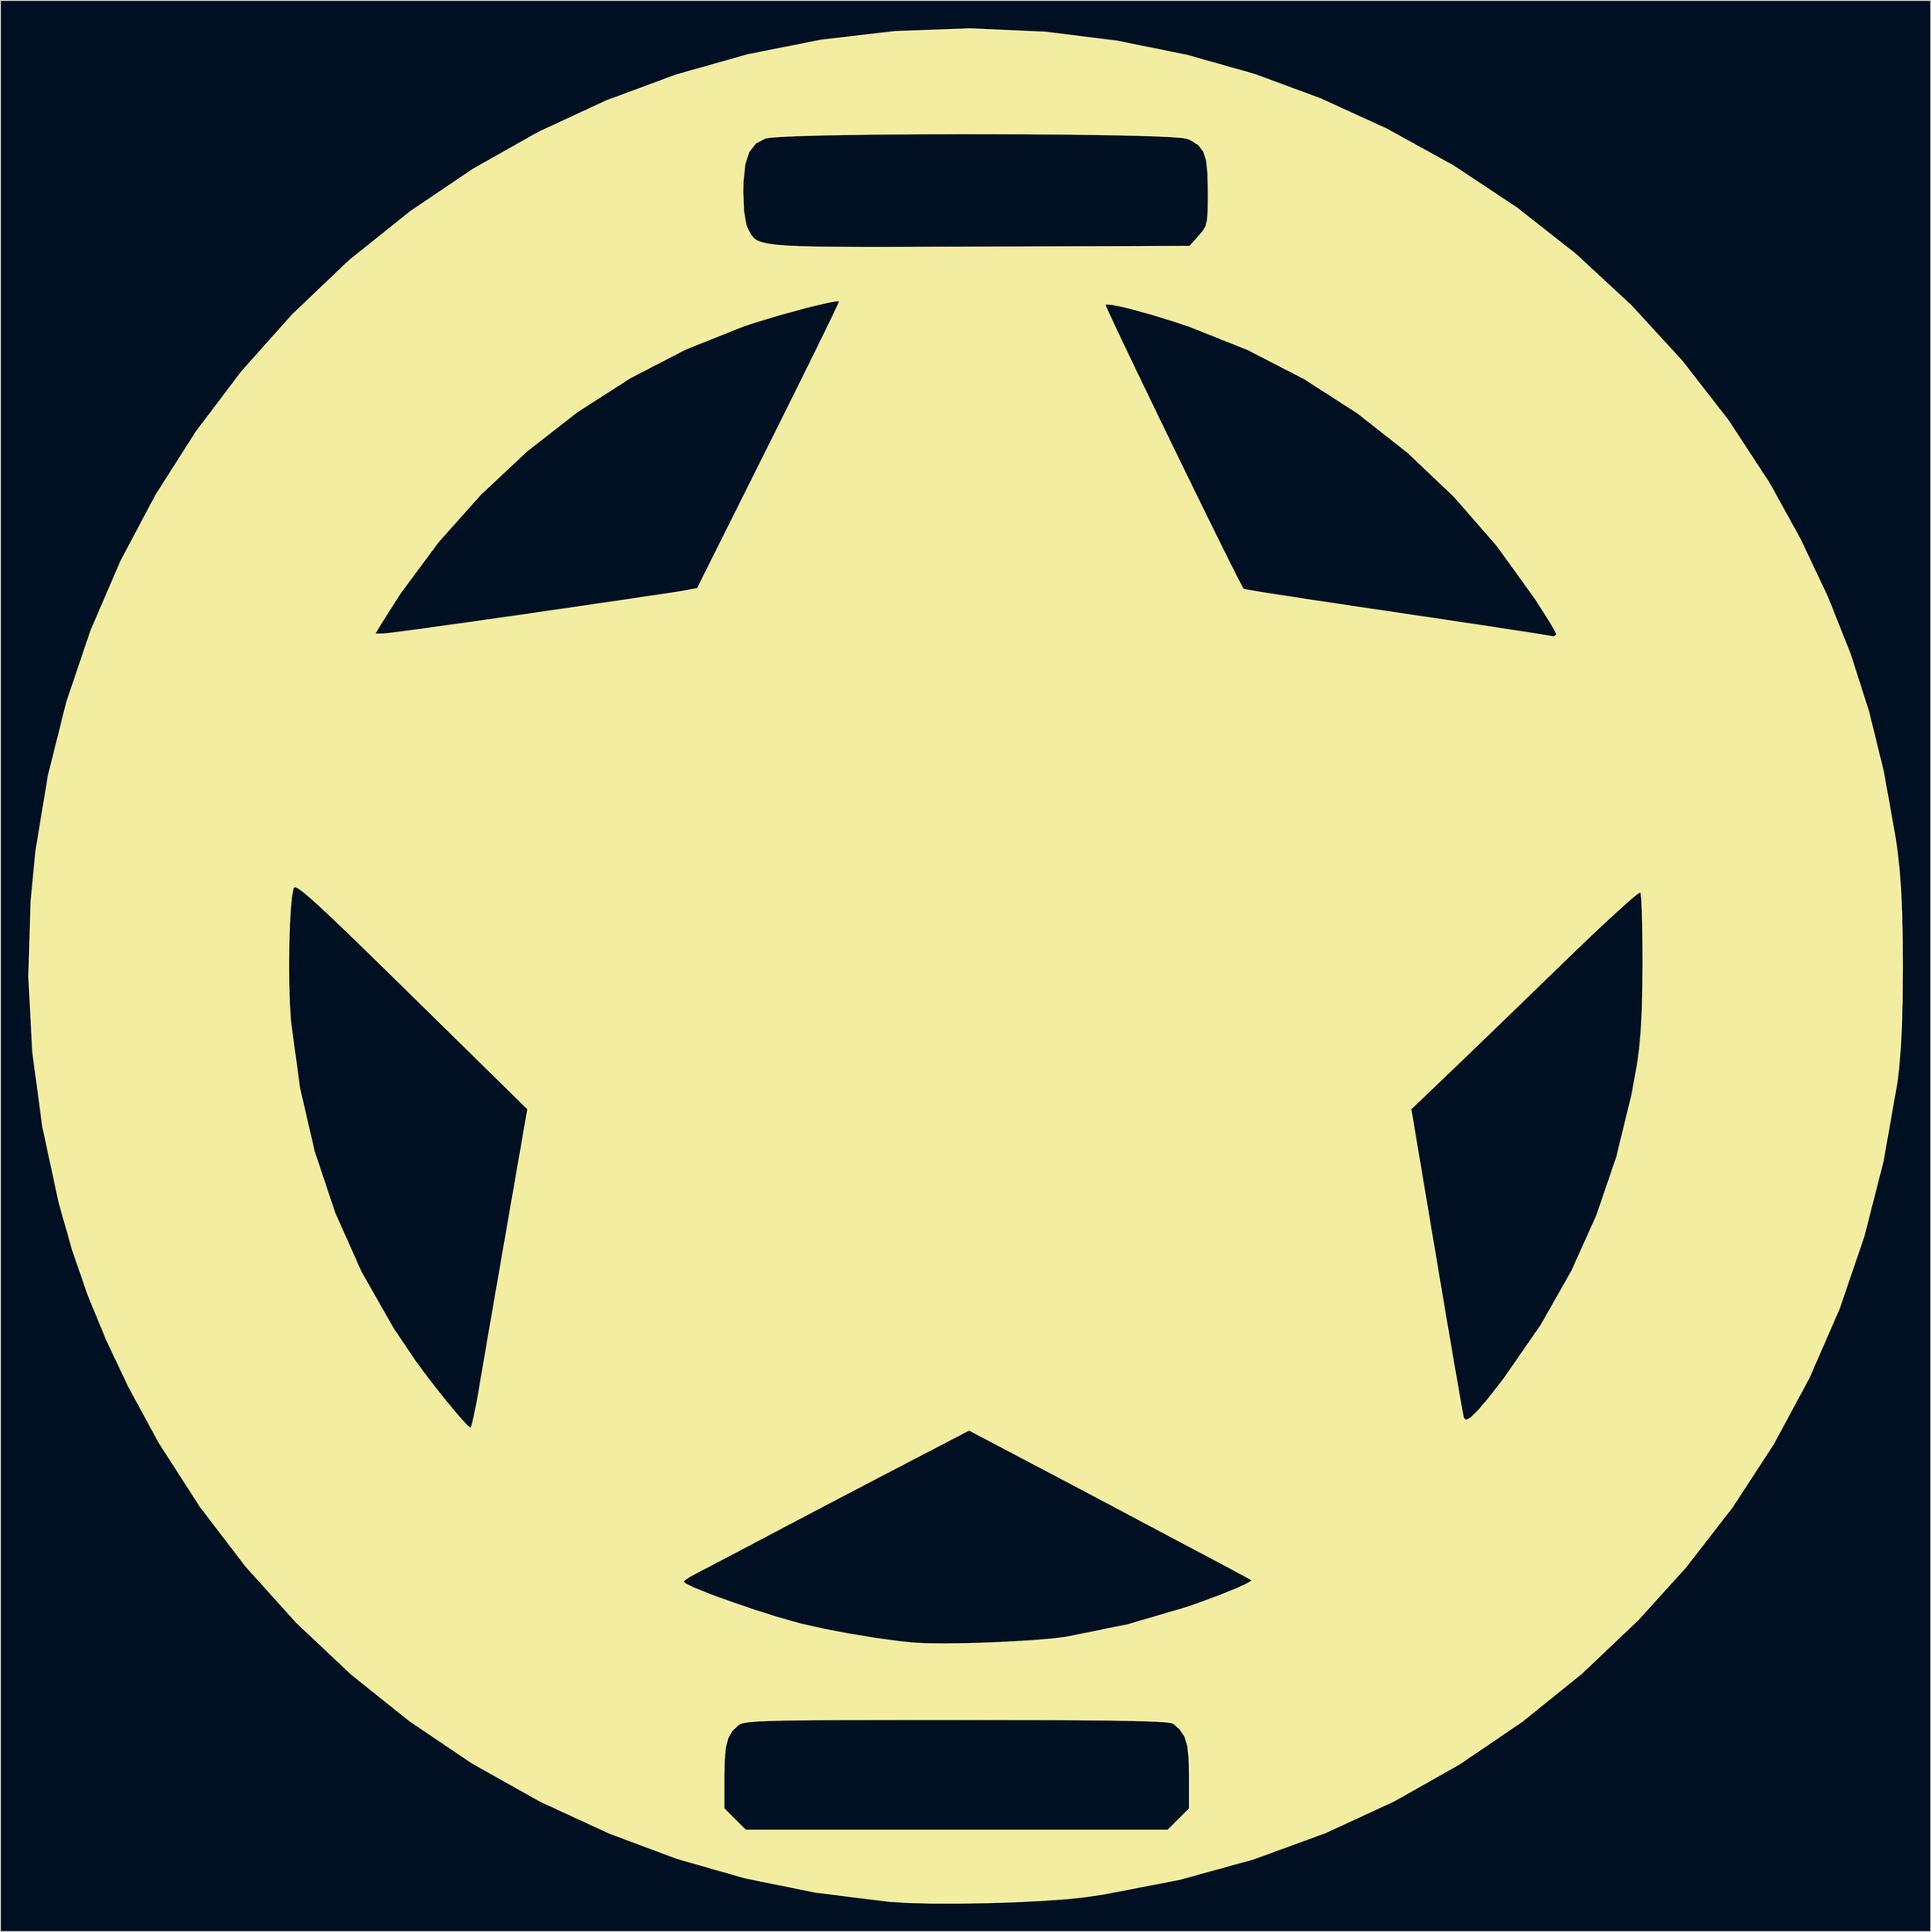
<source format=kicad_pcb>
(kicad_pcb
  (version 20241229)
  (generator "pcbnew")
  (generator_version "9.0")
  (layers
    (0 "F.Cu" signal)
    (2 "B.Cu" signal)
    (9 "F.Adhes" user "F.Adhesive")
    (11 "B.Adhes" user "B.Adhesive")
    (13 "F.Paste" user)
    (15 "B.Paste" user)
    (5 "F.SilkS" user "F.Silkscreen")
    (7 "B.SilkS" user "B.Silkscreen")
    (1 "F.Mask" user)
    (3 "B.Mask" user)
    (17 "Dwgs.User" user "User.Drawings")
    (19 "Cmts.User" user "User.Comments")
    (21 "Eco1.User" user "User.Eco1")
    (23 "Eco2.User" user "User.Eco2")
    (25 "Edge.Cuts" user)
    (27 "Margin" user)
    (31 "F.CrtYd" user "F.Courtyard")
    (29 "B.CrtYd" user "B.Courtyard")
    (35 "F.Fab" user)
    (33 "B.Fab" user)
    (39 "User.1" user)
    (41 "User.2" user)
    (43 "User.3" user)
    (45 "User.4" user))
  (footprint "PCB_Shape_01_75dpi"
    (layer "F.Cu")
    (at 101.185 101.199)
    (property "Reference" "PCB_Shape_01_75dpi" (at 0 0 0) (layer "F.SilkS") (effects (font (size 1.524 1.524) (thickness 0.3))))
    (attr through_hole)
    (fp_poly (pts (xy 8.546 -100.831) (xy 16.256 -99.869) (xy 23.829 -98.34) (xy 31.118 -96.278) (xy 38.259 -93.639) (xy 45.381 -90.382) (xy 52.592 -86.403) (xy 59.413 -81.883) (xy 65.817 -76.849) (xy 71.776 -71.328) (xy 77.264 -65.347) (xy 82.253 -58.933) (xy 86.716 -52.113) (xy 90.011 -46.144) (xy 92.977 -39.875) (xy 95.431 -33.706) (xy 97.425 -27.467) (xy 99.012 -20.991) (xy 100.244 -14.108) (xy 100.471 -12.531) (xy 100.705 -10.527) (xy 100.874 -8.3) (xy 100.986 -5.729) (xy 101.044 -2.693) (xy 101.057 0) (xy 101.035 3.469) (xy 100.964 6.382) (xy 100.839 8.86) (xy 100.655 11.023) (xy 100.471 12.531) (xy 98.982 21.001) (xy 96.907 29.133) (xy 94.243 36.931) (xy 90.989 44.398) (xy 87.144 51.538) (xy 82.704 58.354) (xy 77.67 64.85) (xy 72.491 70.567) (xy 66.443 76.307) (xy 60.031 81.479) (xy 53.269 86.075) (xy 46.174 90.087) (xy 38.761 93.507) (xy 31.047 96.327) (xy 23.046 98.539) (xy 14.776 100.136) (xy 12.869 100.411) (xy 10.788 100.634) (xy 8.206 100.819) (xy 5.293 100.962) (xy 2.216 101.059) (xy -0.856 101.106) (xy -3.754 101.1) (xy -6.31 101.035) (xy -8.297 100.914) (xy -16.208 99.928) (xy -23.804 98.394) (xy -31.191 96.284) (xy -38.472 93.565) (xy -45.751 90.21) (xy -46.144 90.011) (xy -50.82 87.388) (xy -26.077 87.388) (xy -26.077 90.83) (xy -24.926 91.982) (xy -23.774 93.133) (xy 21.742 93.133) (xy 24.045 90.83) (xy 24.045 87.316) (xy 24.004 85.428) (xy 23.852 84.065) (xy 23.544 83.08) (xy 23.035 82.323) (xy 22.368 81.714) (xy 22.099 81.628) (xy 21.501 81.554) (xy 20.537 81.491) (xy 19.169 81.438) (xy 17.359 81.394) (xy 15.069 81.36) (xy 12.263 81.334) (xy 8.903 81.315) (xy 4.951 81.304) (xy 0.37 81.299) (xy -1.016 81.298) (xy -5.527 81.299) (xy -9.41 81.302) (xy -12.713 81.309) (xy -15.484 81.321) (xy -17.774 81.34) (xy -19.63 81.367) (xy -21.101 81.402) (xy -22.237 81.447) (xy -23.085 81.504) (xy -23.695 81.573) (xy -24.115 81.656) (xy -24.394 81.753) (xy -24.581 81.867) (xy -24.598 81.88) (xy -25.241 82.514) (xy -25.671 83.279) (xy -25.929 84.316) (xy -26.051 85.767) (xy -26.077 87.388) (xy -50.82 87.388) (xy -53.281 86.007) (xy -60.035 81.454) (xy -66.379 76.379) (xy -72.285 70.811) (xy -76.286 66.372) (xy -30.48 66.372) (xy -30.174 66.615) (xy -29.33 67.015) (xy -28.056 67.534) (xy -26.463 68.133) (xy -24.659 68.772) (xy -22.755 69.414) (xy -20.86 70.018) (xy -19.083 70.546) (xy -17.69 70.921) (xy -15.344 71.449) (xy -12.61 71.97) (xy -9.775 72.436) (xy -7.127 72.798) (xy -5.757 72.943) (xy -4.239 73.022) (xy -2.216 73.04) (xy 0.143 73.006) (xy 2.67 72.925) (xy 5.194 72.804) (xy 7.547 72.65) (xy 9.561 72.469) (xy 10.837 72.305) (xy 17.429 70.969) (xy 23.841 69.087) (xy 24.241 68.949) (xy 26.114 68.275) (xy 27.797 67.633) (xy 29.192 67.062) (xy 30.199 66.605) (xy 30.72 66.302) (xy 30.762 66.216) (xy 30.441 66.032) (xy 29.616 65.583) (xy 28.383 64.921) (xy 26.837 64.097) (xy 25.073 63.162) (xy 25.061 63.156) (xy 23.09 62.113) (xy 21.138 61.079) (xy 19.359 60.135) (xy 17.907 59.363) (xy 17.103 58.934) (xy 16.11 58.406) (xy 14.64 57.627) (xy 12.814 56.661) (xy 10.754 55.574) (xy 8.582 54.429) (xy 7.526 53.872) (xy 0.319 50.078) (xy -5.344 53.023) (xy -9.686 55.286) (xy -14.032 57.56) (xy -18.58 59.95) (xy -23.525 62.558) (xy -23.537 62.565) (xy -25.184 63.432) (xy -26.75 64.254) (xy -28.069 64.942) (xy -28.974 65.409) (xy -29.041 65.443) (xy -29.883 65.909) (xy -30.401 66.268) (xy -30.48 66.372) (xy -76.286 66.372) (xy -77.726 64.775) (xy -82.676 58.3) (xy -87.107 51.412) (xy -90.382 45.381) (xy -92.783 40.308) (xy -94.776 35.47) (xy -96.446 30.637) (xy -97.881 25.582) (xy -97.916 25.446) (xy -99.671 17.3) (xy -100.758 9.205) (xy -101.18 1.12) (xy -101.139 -0.259) (xy -73.049 -0.259) (xy -73.029 1.937) (xy -72.964 4.005) (xy -72.849 5.812) (xy -72.839 5.927) (xy -71.872 13.075) (xy -70.282 19.96) (xy -68.069 26.58) (xy -65.235 32.932) (xy -61.78 39.013) (xy -59.387 42.562) (xy -58.383 43.927) (xy -57.289 45.353) (xy -56.19 46.736) (xy -55.172 47.971) (xy -54.321 48.956) (xy -53.72 49.586) (xy -53.478 49.765) (xy -53.35 49.458) (xy -53.142 48.607) (xy -52.882 47.335) (xy -52.597 45.765) (xy -52.546 45.466) (xy -52.317 44.119) (xy -52.086 42.758) (xy -51.838 41.311) (xy -51.561 39.701) (xy -51.243 37.855) (xy -50.869 35.696) (xy -50.428 33.151) (xy -49.906 30.145) (xy -49.291 26.603) (xy -48.758 23.537) (xy -47.345 15.409) (xy 48.033 15.409) (xy 50.792 31.835) (xy 51.342 35.096) (xy 51.861 38.161) (xy 52.339 40.963) (xy 52.763 43.436) (xy 53.124 45.515) (xy 53.408 47.132) (xy 53.605 48.222) (xy 53.704 48.717) (xy 53.709 48.734) (xy 53.948 48.916) (xy 54.426 48.659) (xy 55.174 47.932) (xy 56.221 46.707) (xy 57.597 44.951) (xy 58.052 44.352) (xy 61.976 38.684) (xy 65.279 32.873) (xy 67.993 26.843) (xy 70.151 20.518) (xy 71.784 13.822) (xy 72.356 10.668) (xy 72.604 8.886) (xy 72.782 6.932) (xy 72.898 4.672) (xy 72.959 1.971) (xy 72.974 -0.395) (xy 72.966 -2.561) (xy 72.937 -4.496) (xy 72.892 -6.099) (xy 72.834 -7.268) (xy 72.765 -7.9) (xy 72.736 -7.98) (xy 72.443 -7.812) (xy 71.727 -7.222) (xy 70.645 -6.264) (xy 69.256 -4.99) (xy 67.618 -3.455) (xy 65.791 -1.711) (xy 64.51 -0.472) (xy 62.338 1.636) (xy 60.099 3.805) (xy 57.9 5.933) (xy 55.845 7.918) (xy 54.038 9.659) (xy 52.585 11.055) (xy 52.282 11.345) (xy 48.033 15.409) (xy -47.345 15.409) (xy -59.825 3.151) (xy -62.654 0.377) (xy -65.041 -1.952) (xy -67.021 -3.868) (xy -68.63 -5.404) (xy -69.905 -6.593) (xy -70.882 -7.468) (xy -71.597 -8.062) (xy -72.085 -8.408) (xy -72.384 -8.539) (xy -72.53 -8.488) (xy -72.543 -8.461) (xy -72.715 -7.638) (xy -72.855 -6.272) (xy -72.958 -4.498) (xy -73.024 -2.449) (xy -73.049 -0.259) (xy -101.139 -0.259) (xy -100.939 -6.996) (xy -100.404 -12.508) (xy -99.064 -20.608) (xy -97.08 -28.53) (xy -94.588 -35.899) (xy -63.725 -35.899) (xy -62.95 -35.899) (xy -62.463 -35.946) (xy -61.376 -36.082) (xy -59.762 -36.296) (xy -57.69 -36.578) (xy -55.233 -36.92) (xy -52.461 -37.311) (xy -49.445 -37.741) (xy -46.92 -38.104) (xy -43.736 -38.566) (xy -40.72 -39.005) (xy -37.945 -39.412) (xy -35.485 -39.776) (xy -33.417 -40.084) (xy -31.813 -40.326) (xy -30.749 -40.492) (xy -30.345 -40.559) (xy -29.025 -40.809) (xy -21.324 -56.219) (xy -19.831 -59.213) (xy -18.436 -62.019) (xy -17.169 -64.581) (xy -16.057 -66.839) (xy -15.128 -68.738) (xy -14.411 -70.219) (xy -13.933 -71.226) (xy -13.868 -71.375) (xy 15.044 -71.375) (xy 15.164 -71.06) (xy 15.55 -70.207) (xy 16.167 -68.887) (xy 16.98 -67.171) (xy 17.957 -65.128) (xy 19.062 -62.829) (xy 20.261 -60.345) (xy 21.52 -57.745) (xy 22.805 -55.1) (xy 24.082 -52.48) (xy 25.317 -49.956) (xy 26.475 -47.598) (xy 27.523 -45.475) (xy 28.425 -43.66) (xy 29.148 -42.221) (xy 29.659 -41.229) (xy 29.921 -40.754) (xy 29.942 -40.727) (xy 30.292 -40.653) (xy 31.241 -40.492) (xy 32.718 -40.256) (xy 34.652 -39.954) (xy 36.972 -39.599) (xy 39.608 -39.201) (xy 42.486 -38.771) (xy 43.733 -38.586) (xy 48.236 -37.919) (xy 52.11 -37.343) (xy 55.397 -36.849) (xy 58.137 -36.434) (xy 60.373 -36.089) (xy 62.146 -35.81) (xy 63.415 -35.602) (xy 63.668 -35.803) (xy 63.669 -35.832) (xy 63.494 -36.204) (xy 63.015 -37.023) (xy 62.304 -38.17) (xy 61.432 -39.528) (xy 61.358 -39.642) (xy 57.231 -45.365) (xy 52.64 -50.626) (xy 47.62 -55.398) (xy 42.208 -59.653) (xy 36.438 -63.363) (xy 30.348 -66.499) (xy 24.032 -69.012) (xy 22.037 -69.67) (xy 20.1 -70.263) (xy 18.329 -70.762) (xy 16.836 -71.138) (xy 15.728 -71.361) (xy 15.117 -71.405) (xy 15.044 -71.375) (xy -13.868 -71.375) (xy -13.724 -71.701) (xy -13.717 -71.732) (xy -14.103 -71.729) (xy -15.013 -71.559) (xy -16.323 -71.254) (xy -17.909 -70.847) (xy -19.649 -70.369) (xy -21.418 -69.853) (xy -23.093 -69.333) (xy -24.045 -69.016) (xy -30.255 -66.533) (xy -36.24 -63.437) (xy -41.949 -59.769) (xy -47.333 -55.571) (xy -52.341 -50.884) (xy -56.921 -45.75) (xy -61.023 -40.211) (xy -62.959 -37.169) (xy -63.725 -35.899) (xy -94.588 -35.899) (xy -94.473 -36.238) (xy -91.26 -43.697) (xy -87.461 -50.87) (xy -83.096 -57.722) (xy -78.182 -64.217) (xy -72.739 -70.319) (xy -66.787 -75.994) (xy -66.379 -76.35) (xy -59.974 -81.476) (xy -56.906 -83.549) (xy -24.045 -83.549) (xy -23.964 -81.486) (xy -23.721 -80.063) (xy -23.533 -79.578) (xy -23.337 -79.193) (xy -23.145 -78.86) (xy -22.908 -78.576) (xy -22.579 -78.337) (xy -22.108 -78.141) (xy -21.447 -77.982) (xy -20.549 -77.857) (xy -19.365 -77.764) (xy -17.846 -77.696) (xy -15.944 -77.652) (xy -13.612 -77.628) (xy -10.799 -77.618) (xy -7.459 -77.621) (xy -3.543 -77.632) (xy 0.997 -77.647) (xy 1.467 -77.649) (xy 24.101 -77.724) (xy 25.089 -78.83) (xy 25.526 -79.349) (xy 25.811 -79.836) (xy 25.975 -80.45) (xy 26.053 -81.348) (xy 26.076 -82.685) (xy 26.077 -83.581) (xy 26.038 -85.53) (xy 25.886 -86.931) (xy 25.573 -87.906) (xy 25.051 -88.582) (xy 24.269 -89.082) (xy 23.843 -89.274) (xy 23.274 -89.37) (xy 22.099 -89.456) (xy 20.389 -89.532) (xy 18.215 -89.597) (xy 15.649 -89.651) (xy 12.761 -89.696) (xy 9.622 -89.73) (xy 6.305 -89.753) (xy 2.878 -89.765) (xy -0.585 -89.768) (xy -4.014 -89.759) (xy -7.338 -89.74) (xy -10.485 -89.71) (xy -13.385 -89.669) (xy -15.967 -89.617) (xy -18.159 -89.554) (xy -19.89 -89.481) (xy -21.089 -89.396) (xy -21.675 -89.304) (xy -22.685 -88.758) (xy -23.389 -87.864) (xy -23.823 -86.534) (xy -24.022 -84.681) (xy -24.045 -83.549) (xy -56.906 -83.549) (xy -53.224 -86.037) (xy -46.167 -90.02) (xy -38.842 -93.417) (xy -31.288 -96.214) (xy -23.545 -98.402) (xy -15.651 -99.968) (xy -7.645 -100.903) (xy 0.434 -101.194) (xy 8.546 -100.831)) (stroke (width 0.01) (type solid)) (fill yes) (layer "F.SilkS")))
  (gr_rect
    (start -3 -3)
    (end 205.247 205.311)
    (stroke (width 0.1) (type default))
    (fill no)
    (layer "Edge.Cuts")))
</source>
